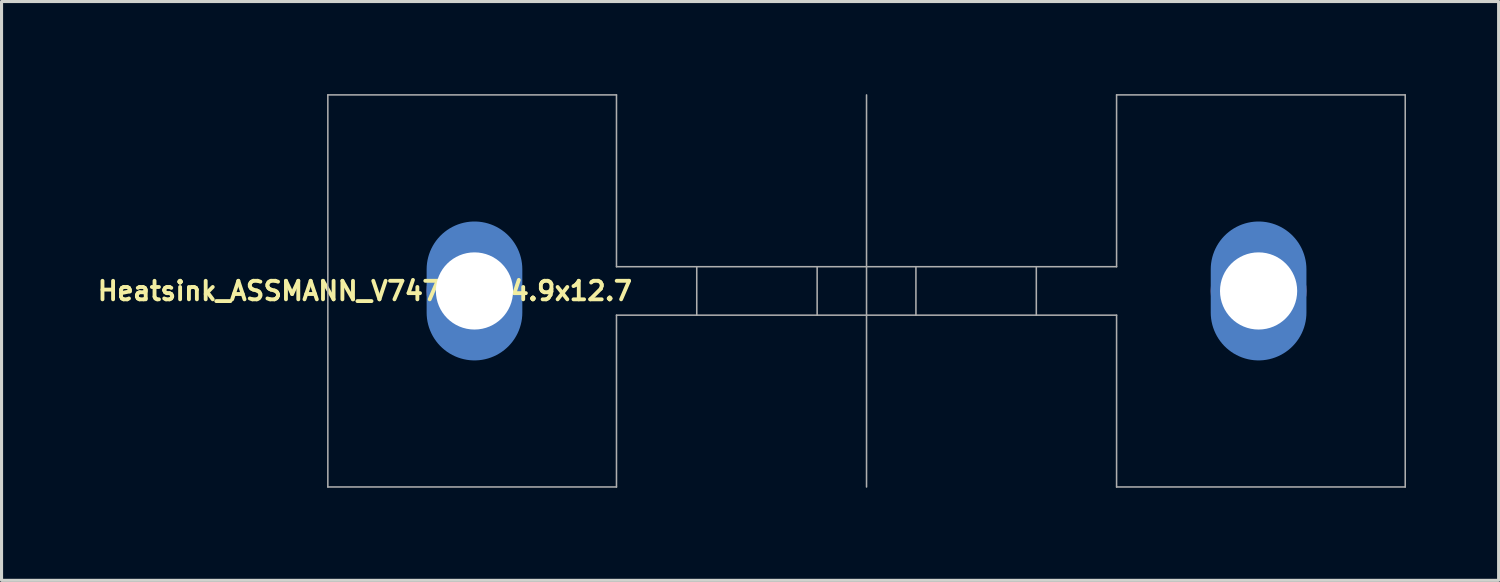
<source format=kicad_pcb>
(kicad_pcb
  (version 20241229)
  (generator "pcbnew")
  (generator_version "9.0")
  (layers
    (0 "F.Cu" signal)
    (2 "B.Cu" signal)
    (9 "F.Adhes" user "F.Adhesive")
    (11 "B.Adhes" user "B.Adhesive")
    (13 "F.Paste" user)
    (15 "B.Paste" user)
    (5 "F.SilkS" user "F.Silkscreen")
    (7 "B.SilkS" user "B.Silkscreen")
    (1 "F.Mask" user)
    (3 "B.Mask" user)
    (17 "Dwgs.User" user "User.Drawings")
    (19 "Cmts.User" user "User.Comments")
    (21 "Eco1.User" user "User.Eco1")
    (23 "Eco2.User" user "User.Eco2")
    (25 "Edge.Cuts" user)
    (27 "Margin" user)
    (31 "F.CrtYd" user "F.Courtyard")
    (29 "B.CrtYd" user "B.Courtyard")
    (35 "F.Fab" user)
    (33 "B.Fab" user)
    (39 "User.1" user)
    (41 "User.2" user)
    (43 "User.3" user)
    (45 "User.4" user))
  (footprint "Heatsink_ASSMANN_V7477W_34.9x12.7"
    (layer "F.Cu")
    (at 25.02 6.375)
    (property "Reference" "Heatsink_ASSMANN_V7477W_34.9x12.7" (at -16.25 0 180) (layer "F.SilkS") (effects (font (size 0.6 0.6) (thickness 0.125))))
    (attr through_hole)
    (fp_line (start -17.45 -6.35) (end -17.45 6.35) (stroke (width 0.05) (type solid)) (layer "F.Fab"))
    (fp_line (start -17.45 -6.35) (end -8.1 -6.35) (stroke (width 0.05) (type solid)) (layer "F.Fab"))
    (fp_line (start -17.45 6.35) (end -8.1 6.35) (stroke (width 0.05) (type solid)) (layer "F.Fab"))
    (fp_line (start -8.1 -0.785) (end -8.1 -6.35) (stroke (width 0.05) (type solid)) (layer "F.Fab"))
    (fp_line (start -8.1 -0.785) (end 8.1 -0.785) (stroke (width 0.05) (type solid)) (layer "F.Fab"))
    (fp_line (start -8.1 0.785) (end -8.1 6.35) (stroke (width 0.05) (type solid)) (layer "F.Fab"))
    (fp_line (start -8.1 0.785) (end 8.1 0.785) (stroke (width 0.05) (type solid)) (layer "F.Fab"))
    (fp_line (start -5.5 -0.785) (end -5.5 0.785) (stroke (width 0.05) (type solid)) (layer "F.Fab"))
    (fp_line (start -1.6 -0.785) (end -1.6 0.785) (stroke (width 0.05) (type solid)) (layer "F.Fab"))
    (fp_line (start 0 -6.35) (end 0 6.35) (stroke (width 0.05) (type solid)) (layer "F.Fab"))
    (fp_line (start 1.6 -0.785) (end 1.6 0.785) (stroke (width 0.05) (type solid)) (layer "F.Fab"))
    (fp_line (start 5.5 -0.785) (end 5.5 0.785) (stroke (width 0.05) (type solid)) (layer "F.Fab"))
    (fp_line (start 8.1 -0.785) (end 8.1 -6.35) (stroke (width 0.05) (type solid)) (layer "F.Fab"))
    (fp_line (start 8.1 0.785) (end 8.1 6.35) (stroke (width 0.05) (type solid)) (layer "F.Fab"))
    (fp_line (start 8.1 6.35) (end 17.45 6.35) (stroke (width 0.05) (type solid)) (layer "F.Fab"))
    (fp_line (start 17.45 -6.35) (end 8.1 -6.35) (stroke (width 0.05) (type solid)) (layer "F.Fab"))
    (fp_line (start 17.45 6.35) (end 17.45 -6.35) (stroke (width 0.05) (type solid)) (layer "F.Fab"))
    (pad "1" thru_hole circle (at -12.7 0) (size 3.1 3.1) (drill 2.5) (layers "*.Cu" "*.Mask"))
    (pad "1" connect oval (at -12.7 0) (size 3.1 4.5) (layers "B.Cu" "B.Mask"))
    (pad "1" thru_hole circle (at 12.7 0) (size 3.1 3.1) (drill 2.5) (layers "*.Cu" "*.Mask"))
    (pad "1" connect oval (at 12.7 0) (size 3.1 4.5) (layers "B.Cu" "B.Mask")))
  (gr_rect
    (start -3 -3)
    (end 45.495 15.75)
    (stroke (width 0.1) (type default))
    (fill no)
    (layer "Edge.Cuts")))
</source>
